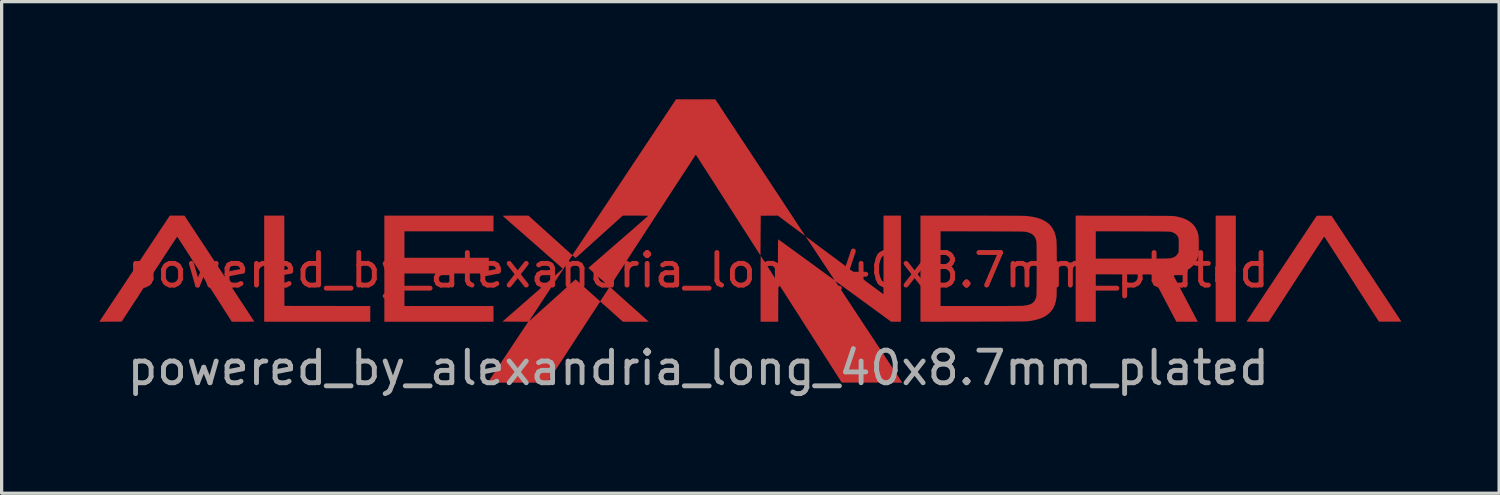
<source format=kicad_pcb>
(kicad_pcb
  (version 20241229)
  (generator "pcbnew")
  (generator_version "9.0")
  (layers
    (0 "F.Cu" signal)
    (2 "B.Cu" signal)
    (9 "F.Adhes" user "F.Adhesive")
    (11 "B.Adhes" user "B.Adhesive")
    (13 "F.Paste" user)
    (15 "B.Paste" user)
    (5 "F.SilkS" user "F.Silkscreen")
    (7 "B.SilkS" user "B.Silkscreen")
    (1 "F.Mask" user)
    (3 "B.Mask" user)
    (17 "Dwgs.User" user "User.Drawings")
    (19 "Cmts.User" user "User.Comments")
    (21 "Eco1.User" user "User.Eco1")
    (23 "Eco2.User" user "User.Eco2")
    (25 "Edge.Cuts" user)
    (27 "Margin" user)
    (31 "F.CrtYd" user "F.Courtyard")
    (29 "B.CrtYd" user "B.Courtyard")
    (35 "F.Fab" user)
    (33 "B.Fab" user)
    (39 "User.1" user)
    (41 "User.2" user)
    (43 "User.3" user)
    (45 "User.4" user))
  (footprint "powered_by_alexandria_long_40x8.7mm_plated"
    (layer "F.Cu")
    (at 18.4 5.752)
    (property "Reference" "powered_by_alexandria_long_40x8.7mm_plated" (at 0 -0.5 0) (unlocked yes) (layer "F.Cu") (effects (font (size 1 1) (thickness 0.15))))
    (fp_text user "${REFERENCE}" (at 0 2.5 0) (unlocked yes) (layer "F.Fab") (effects (font (size 1 1) (thickness 0.15))))
    (pad "1" smd custom (at -14.9 -0.3) (size 0.5 0.5) (layers "F.Cu" "F.Mask") (options (anchor circle)) (primitives (gr_poly (pts (xy 0.184 -0.26) (xy 0.284 -0.109) (xy 0.38 0.037) (xy 0.474 0.18) (xy 0.565 0.317) (xy 0.652 0.449) (xy 0.735 0.574) (xy 0.813 0.693) (xy 0.887 0.805) (xy 0.955 0.908) (xy 1.017 1.002) (xy 1.073 1.088) (xy 1.122 1.163) (xy 1.165 1.227) (xy 1.2 1.281) (xy 1.227 1.322) (xy 1.246 1.351) (xy 1.256 1.367) (xy 1.258 1.37) (xy 1.256 1.373) (xy 1.246 1.375) (xy 1.228 1.377) (xy 1.201 1.378) (xy 1.162 1.379) (xy 1.111 1.38) (xy 1.046 1.38) (xy 0.966 1.38) (xy 0.916 1.38) (xy 0.57 1.38) (xy -0.265 0.074) (xy -0.352 -0.061) (xy -0.436 -0.192) (xy -0.518 -0.319) (xy -0.596 -0.441) (xy -0.67 -0.556) (xy -0.74 -0.665) (xy -0.805 -0.767) (xy -0.866 -0.86) (xy -0.92 -0.945) (xy -0.969 -1.02) (xy -1.011 -1.084) (xy -1.046 -1.138) (xy -1.074 -1.18) (xy -1.093 -1.21) (xy -1.105 -1.227) (xy -1.108 -1.231) (xy -1.113 -1.223) (xy -1.127 -1.203) (xy -1.149 -1.17) (xy -1.18 -1.124) (xy -1.217 -1.067) (xy -1.262 -1) (xy -1.313 -0.922) (xy -1.37 -0.835) (xy -1.432 -0.74) (xy -1.5 -0.637) (xy -1.572 -0.526) (xy -1.648 -0.409) (xy -1.728 -0.287) (xy -1.812 -0.159) (xy -1.898 -0.027) (xy -1.963 0.073) (xy -2.811 1.377) (xy -3.155 1.379) (xy -3.5 1.381) (xy -3.484 1.357) (xy -3.478 1.347) (xy -3.463 1.325) (xy -3.44 1.289) (xy -3.408 1.241) (xy -3.369 1.182) (xy -3.322 1.112) (xy -3.269 1.031) (xy -3.209 0.941) (xy -3.143 0.842) (xy -3.072 0.735) (xy -2.995 0.62) (xy -2.914 0.497) (xy -2.828 0.369) (xy -2.739 0.234) (xy -2.646 0.095) (xy -2.55 -0.05) (xy -2.452 -0.198) (xy -2.402 -0.273) (xy -1.335 -1.879) (xy -1.11 -1.879) (xy -0.885 -1.879)) (width 0) (fill yes))))
    (pad "1" smd custom (at -13 0.3) (size 0.5 0.5) (layers "F.Cu" "F.Mask") (options (anchor circle)) (primitives (gr_poly (pts (xy 0.285 -1.093) (xy 0.287 0.294) (xy 1.606 0.296) (xy 2.924 0.298) (xy 2.924 0.781) (xy -0.335 0.781) (xy -0.335 -2.479) (xy 0.283 -2.479)) (width 0) (fill yes))))
    (pad "1" smd custom (at -9.3 -0.6) (size 0.5 0.5) (layers "F.Cu" "F.Mask") (options (anchor circle)) (primitives (gr_poly (pts (xy 3.009 -1.096) (xy 0.274 -1.096) (xy 0.274 -0.284) (xy 2.865 -0.284) (xy 2.865 0.199) (xy 0.274 0.199) (xy 0.274 1.198) (xy 3.009 1.198) (xy 3.009 1.681) (xy -0.344 1.681) (xy -0.344 -1.579) (xy 3.009 -1.579)) (width 0) (fill yes))))
    (pad "1" smd custom (at 1.2 -3.7) (size 0.5 0.5) (layers "F.Cu" "F.Mask") (options (anchor circle)) (primitives (gr_poly (pts (xy -1.282 -2.051) (xy -0.679 -2.051) (xy 0.704 0.045) (xy 0.816 0.216) (xy 0.927 0.383) (xy 1.035 0.547) (xy 1.139 0.705) (xy 1.24 0.858) (xy 1.337 1.006) (xy 1.43 1.147) (xy 1.518 1.28) (xy 1.601 1.407) (xy 1.679 1.525) (xy 1.751 1.635) (xy 1.817 1.735) (xy 1.877 1.826) (xy 1.93 1.907) (xy 1.975 1.976) (xy 2.013 2.035) (xy 2.044 2.081) (xy 2.066 2.115) (xy 2.079 2.136) (xy 2.084 2.143) (xy 2.084 2.143) (xy 2.076 2.139) (xy 2.057 2.125) (xy 2.026 2.103) (xy 1.985 2.073) (xy 1.936 2.037) (xy 1.878 1.995) (xy 1.814 1.947) (xy 1.745 1.896) (xy 1.671 1.841) (xy 1.662 1.834) (xy 1.243 1.521) (xy 0.98 1.523) (xy 0.718 1.525) (xy 0.713 2.136) (xy 0.709 2.746) (xy -0.282 1.198) (xy -0.376 1.051) (xy -0.468 0.907) (xy -0.557 0.768) (xy -0.643 0.634) (xy -0.725 0.505) (xy -0.804 0.383) (xy -0.877 0.268) (xy -0.946 0.161) (xy -1.01 0.062) (xy -1.068 -0.028) (xy -1.119 -0.108) (xy -1.164 -0.178) (xy -1.202 -0.237) (xy -1.233 -0.284) (xy -1.256 -0.319) (xy -1.27 -0.341) (xy -1.276 -0.35) (xy -1.276 -0.35) (xy -1.281 -0.343) (xy -1.295 -0.322) (xy -1.317 -0.289) (xy -1.347 -0.244) (xy -1.384 -0.187) (xy -1.428 -0.119) (xy -1.479 -0.041) (xy -1.536 0.046) (xy -1.599 0.142) (xy -1.667 0.246) (xy -1.739 0.357) (xy -1.816 0.475) (xy -1.897 0.598) (xy -1.981 0.728) (xy -2.068 0.861) (xy -2.158 0.999) (xy -2.25 1.14) (xy -2.343 1.283) (xy -2.438 1.428) (xy -2.533 1.575) (xy -2.629 1.722) (xy -2.724 1.868) (xy -2.819 2.014) (xy -2.913 2.158) (xy -3.005 2.3) (xy -3.096 2.439) (xy -3.184 2.574) (xy -3.269 2.705) (xy -3.351 2.831) (xy -3.429 2.952) (xy -3.503 3.066) (xy -3.572 3.172) (xy -3.637 3.272) (xy -3.696 3.362) (xy -3.748 3.444) (xy -3.795 3.515) (xy -3.834 3.577) (xy -3.867 3.627) (xy -3.891 3.665) (xy -3.908 3.69) (xy -3.915 3.703) (xy -3.916 3.704) (xy -3.91 3.71) (xy -3.893 3.728) (xy -3.864 3.754) (xy -3.826 3.79) (xy -3.778 3.833) (xy -3.722 3.884) (xy -3.659 3.941) (xy -3.589 4.004) (xy -3.514 4.072) (xy -3.434 4.143) (xy -3.35 4.218) (xy -3.345 4.223) (xy -3.26 4.298) (xy -3.179 4.371) (xy -3.101 4.44) (xy -3.029 4.504) (xy -2.963 4.563) (xy -2.904 4.616) (xy -2.852 4.662) (xy -2.81 4.699) (xy -2.777 4.728) (xy -2.756 4.748) (xy -2.745 4.757) (xy -2.745 4.757) (xy -2.72 4.78) (xy -3.517 4.781) (xy -3.862 4.472) (xy -3.927 4.414) (xy -3.988 4.359) (xy -4.044 4.31) (xy -4.094 4.265) (xy -4.137 4.228) (xy -4.172 4.198) (xy -4.196 4.176) (xy -4.21 4.165) (xy -4.213 4.163) (xy -4.218 4.17) (xy -4.232 4.19) (xy -4.254 4.224) (xy -4.284 4.269) (xy -4.321 4.326) (xy -4.366 4.393) (xy -4.416 4.47) (xy -4.473 4.556) (xy -4.535 4.651) (xy -4.602 4.754) (xy -4.673 4.863) (xy -4.748 4.979) (xy -4.828 5.1) (xy -4.91 5.227) (xy -4.994 5.357) (xy -5.027 5.407) (xy -5.836 6.651) (xy -6.752 6.652) (xy -7.668 6.652) (xy -7.378 6.214) (xy -7.319 6.125) (xy -7.252 6.024) (xy -7.18 5.916) (xy -7.105 5.802) (xy -7.027 5.686) (xy -6.95 5.57) (xy -6.876 5.458) (xy -6.805 5.352) (xy -6.756 5.278) (xy -6.424 4.781) (xy -6.82 4.779) (xy -7.216 4.777) (xy -7.19 4.754) (xy -6.394 4.754) (xy -6.392 4.757) (xy -6.382 4.749) (xy -6.368 4.737) (xy -6.357 4.728) (xy -6.335 4.707) (xy -6.302 4.677) (xy -6.259 4.638) (xy -6.206 4.591) (xy -6.145 4.536) (xy -6.077 4.475) (xy -6.003 4.408) (xy -5.922 4.335) (xy -5.837 4.259) (xy -5.748 4.179) (xy -5.656 4.095) (xy -5.652 4.092) (xy -4.97 3.478) (xy -4.592 3.816) (xy -4.214 4.154) (xy -4.169 4.084) (xy -4.15 4.055) (xy -4.124 4.015) (xy -4.093 3.968) (xy -4.061 3.918) (xy -4.028 3.868) (xy -4.025 3.864) (xy -3.996 3.819) (xy -3.97 3.779) (xy -3.949 3.747) (xy -3.934 3.723) (xy -3.927 3.711) (xy -3.926 3.71) (xy -3.933 3.704) (xy -3.95 3.688) (xy -3.978 3.663) (xy -4.015 3.629) (xy -4.06 3.589) (xy -4.112 3.543) (xy -4.169 3.492) (xy -4.231 3.437) (xy -4.252 3.418) (xy -4.578 3.128) (xy -4.397 2.97) (xy -4.366 2.943) (xy -4.323 2.906) (xy -4.27 2.86) (xy -4.207 2.805) (xy -4.136 2.744) (xy -4.057 2.675) (xy -3.972 2.601) (xy -3.882 2.523) (xy -3.788 2.441) (xy -3.69 2.357) (xy -3.591 2.271) (xy -3.491 2.184) (xy -3.479 2.173) (xy -3.383 2.09) (xy -3.29 2.009) (xy -3.203 1.933) (xy -3.12 1.861) (xy -3.043 1.794) (xy -2.974 1.733) (xy -2.911 1.678) (xy -2.858 1.631) (xy -2.813 1.592) (xy -2.779 1.561) (xy -2.755 1.54) (xy -2.743 1.529) (xy -2.742 1.527) (xy -2.75 1.526) (xy -2.773 1.525) (xy -2.81 1.524) (xy -2.859 1.523) (xy -2.918 1.522) (xy -2.986 1.522) (xy -3.06 1.521) (xy -3.13 1.521) (xy -3.519 1.521) (xy -4.24 2.171) (xy -4.334 2.256) (xy -4.425 2.337) (xy -4.511 2.415) (xy -4.592 2.488) (xy -4.668 2.556) (xy -4.737 2.618) (xy -4.798 2.673) (xy -4.851 2.721) (xy -4.895 2.76) (xy -4.93 2.79) (xy -4.953 2.811) (xy -4.965 2.822) (xy -4.967 2.823) (xy -4.975 2.819) (xy -4.993 2.806) (xy -5.016 2.787) (xy -5.02 2.783) (xy -5.067 2.741) (xy -5.727 3.741) (xy -5.804 3.859) (xy -5.88 3.973) (xy -5.952 4.082) (xy -6.021 4.187) (xy -6.085 4.285) (xy -6.145 4.376) (xy -6.2 4.459) (xy -6.249 4.533) (xy -6.292 4.598) (xy -6.328 4.653) (xy -6.356 4.697) (xy -6.377 4.729) (xy -6.39 4.748) (xy -6.394 4.754) (xy -7.19 4.754) (xy -6.291 3.968) (xy -6.184 3.874) (xy -6.08 3.783) (xy -5.98 3.695) (xy -5.885 3.612) (xy -5.796 3.534) (xy -5.714 3.461) (xy -5.638 3.394) (xy -5.57 3.334) (xy -5.511 3.281) (xy -5.461 3.237) (xy -5.421 3.201) (xy -5.391 3.174) (xy -5.373 3.157) (xy -5.367 3.151) (xy -5.373 3.144) (xy -5.391 3.127) (xy -5.421 3.101) (xy -5.461 3.065) (xy -5.511 3.02) (xy -5.571 2.967) (xy -5.639 2.907) (xy -5.714 2.841) (xy -5.797 2.768) (xy -5.886 2.69) (xy -5.98 2.607) (xy -6.08 2.519) (xy -6.183 2.429) (xy -6.277 2.347) (xy -6.384 2.253) (xy -6.487 2.162) (xy -6.587 2.075) (xy -6.681 1.993) (xy -6.77 1.915) (xy -6.853 1.842) (xy -6.929 1.776) (xy -6.997 1.716) (xy -7.056 1.664) (xy -7.106 1.62) (xy -7.147 1.584) (xy -7.176 1.558) (xy -7.195 1.541) (xy -7.201 1.536) (xy -7.203 1.532) (xy -7.203 1.53) (xy -7.198 1.527) (xy -7.188 1.525) (xy -7.171 1.524) (xy -7.145 1.523) (xy -7.11 1.522) (xy -7.064 1.522) (xy -7.005 1.521) (xy -6.932 1.521) (xy -6.845 1.521) (xy -6.816 1.521) (xy -6.417 1.521) (xy -5.746 2.126) (xy -5.655 2.208) (xy -5.568 2.287) (xy -5.485 2.361) (xy -5.407 2.431) (xy -5.335 2.496) (xy -5.27 2.554) (xy -5.213 2.605) (xy -5.164 2.649) (xy -5.124 2.684) (xy -5.094 2.71) (xy -5.076 2.726) (xy -5.069 2.732) (xy -5.069 2.732) (xy -5.064 2.725) (xy -5.05 2.704) (xy -5.027 2.671) (xy -4.996 2.624) (xy -4.957 2.566) (xy -4.91 2.496) (xy -4.856 2.416) (xy -4.795 2.324) (xy -4.727 2.223) (xy -4.653 2.112) (xy -4.573 1.992) (xy -4.488 1.864) (xy -4.397 1.728) (xy -4.301 1.584) (xy -4.201 1.433) (xy -4.096 1.276) (xy -3.988 1.113) (xy -3.876 0.945) (xy -3.761 0.772) (xy -3.643 0.594) (xy -3.522 0.413) (xy -3.474 0.34) (xy -1.884 -2.052)) (width 0) (fill yes))))
    (pad "1" smd custom (at 3.8 0.6) (size 0.5 0.5) (layers "F.Cu" "F.Mask") (options (anchor circle)) (primitives (gr_poly (pts (xy 2.423 0.481) (xy 2.273 0.48) (xy 2.122 0.48) (xy 1.267 -0.145) (xy 1.16 -0.223) (xy 1.057 -0.299) (xy 0.959 -0.37) (xy 0.866 -0.438) (xy 0.779 -0.501) (xy 0.699 -0.559) (xy 0.627 -0.611) (xy 0.564 -0.657) (xy 0.511 -0.696) (xy 0.468 -0.727) (xy 0.436 -0.75) (xy 0.416 -0.763) (xy 0.41 -0.768) (xy 0.414 -0.761) (xy 0.427 -0.74) (xy 0.449 -0.707) (xy 0.479 -0.661) (xy 0.516 -0.604) (xy 0.561 -0.536) (xy 0.612 -0.458) (xy 0.669 -0.371) (xy 0.733 -0.274) (xy 0.802 -0.169) (xy 0.876 -0.057) (xy 0.954 0.062) (xy 1.037 0.187) (xy 1.123 0.318) (xy 1.213 0.454) (xy 1.305 0.594) (xy 1.374 0.698) (xy 1.469 0.842) (xy 1.562 0.983) (xy 1.653 1.121) (xy 1.741 1.254) (xy 1.826 1.382) (xy 1.906 1.504) (xy 1.983 1.62) (xy 2.054 1.728) (xy 2.121 1.829) (xy 2.181 1.92) (xy 2.236 2.003) (xy 2.283 2.075) (xy 2.324 2.136) (xy 2.357 2.186) (xy 2.381 2.224) (xy 2.397 2.248) (xy 2.403 2.257) (xy 2.465 2.352) (xy 1.536 2.351) (xy 0.607 2.351) (xy -0.367 0.829) (xy -1.341 -0.694) (xy -1.343 -0.107) (xy -1.345 0.481) (xy -1.887 0.481) (xy -1.887 -0.531) (xy -1.887 -0.66) (xy -1.887 -0.785) (xy -1.887 -0.904) (xy -1.886 -1.016) (xy -1.886 -1.12) (xy -1.886 -1.215) (xy -1.886 -1.3) (xy -1.885 -1.374) (xy -1.885 -1.436) (xy -1.885 -1.484) (xy -1.885 -1.519) (xy -1.884 -1.539) (xy -1.884 -1.543) (xy -1.879 -1.536) (xy -1.866 -1.516) (xy -1.845 -1.484) (xy -1.818 -1.442) (xy -1.784 -1.391) (xy -1.746 -1.331) (xy -1.704 -1.265) (xy -1.658 -1.194) (xy -1.619 -1.133) (xy -1.358 -0.724) (xy -1.355 -1.388) (xy -1.355 -1.513) (xy -1.354 -1.621) (xy -1.354 -1.714) (xy -1.353 -1.794) (xy -1.353 -1.86) (xy -1.352 -1.915) (xy -1.351 -1.959) (xy -1.35 -1.992) (xy -1.348 -2.017) (xy -1.347 -2.034) (xy -1.345 -2.044) (xy -1.343 -2.048) (xy -1.342 -2.048) (xy -1.334 -2.043) (xy -1.313 -2.028) (xy -1.28 -2.004) (xy -1.236 -1.973) (xy -1.181 -1.933) (xy -1.117 -1.887) (xy -1.045 -1.834) (xy -0.964 -1.776) (xy -0.877 -1.712) (xy -0.783 -1.644) (xy -0.685 -1.572) (xy -0.581 -1.497) (xy -0.485 -1.427) (xy -0.378 -1.349) (xy -0.275 -1.274) (xy -0.177 -1.202) (xy -0.084 -1.134) (xy 0.003 -1.071) (xy 0.083 -1.013) (xy 0.154 -0.961) (xy 0.217 -0.915) (xy 0.271 -0.876) (xy 0.314 -0.845) (xy 0.346 -0.822) (xy 0.366 -0.807) (xy 0.372 -0.803) (xy 0.374 -0.802) (xy 0.376 -0.802) (xy 0.375 -0.804) (xy 0.373 -0.808) (xy 0.369 -0.817) (xy 0.361 -0.829) (xy 0.35 -0.847) (xy 0.335 -0.871) (xy 0.315 -0.901) (xy 0.29 -0.939) (xy 0.26 -0.985) (xy 0.224 -1.04) (xy 0.181 -1.105) (xy 0.131 -1.181) (xy 0.073 -1.268) (xy 0.007 -1.368) (xy -0.067 -1.48) (xy -0.097 -1.526) (xy -0.169 -1.634) (xy -0.231 -1.728) (xy -0.285 -1.81) (xy -0.332 -1.881) (xy -0.371 -1.941) (xy -0.404 -1.991) (xy -0.431 -2.031) (xy -0.453 -2.064) (xy -0.469 -2.09) (xy -0.481 -2.109) (xy -0.49 -2.122) (xy -0.495 -2.131) (xy -0.497 -2.135) (xy -0.498 -2.137) (xy -0.496 -2.137) (xy -0.494 -2.135) (xy -0.491 -2.133) (xy -0.489 -2.131) (xy -0.481 -2.125) (xy -0.46 -2.11) (xy -0.427 -2.086) (xy -0.383 -2.053) (xy -0.327 -2.011) (xy -0.262 -1.963) (xy -0.187 -1.907) (xy -0.104 -1.845) (xy -0.013 -1.777) (xy 0.086 -1.704) (xy 0.191 -1.625) (xy 0.302 -1.543) (xy 0.419 -1.456) (xy 0.54 -1.366) (xy 0.664 -1.273) (xy 0.701 -1.245) (xy 0.827 -1.151) (xy 0.949 -1.061) (xy 1.066 -0.973) (xy 1.179 -0.889) (xy 1.285 -0.81) (xy 1.385 -0.735) (xy 1.479 -0.666) (xy 1.564 -0.603) (xy 1.641 -0.546) (xy 1.708 -0.496) (xy 1.766 -0.453) (xy 1.813 -0.418) (xy 1.849 -0.392) (xy 1.873 -0.374) (xy 1.884 -0.366) (xy 1.885 -0.366) (xy 1.885 -0.374) (xy 1.886 -0.399) (xy 1.886 -0.438) (xy 1.887 -0.491) (xy 1.887 -0.558) (xy 1.888 -0.637) (xy 1.888 -0.727) (xy 1.888 -0.827) (xy 1.889 -0.936) (xy 1.889 -1.054) (xy 1.889 -1.18) (xy 1.889 -1.312) (xy 1.889 -1.449) (xy 1.889 -1.572) (xy 1.889 -2.779) (xy 2.423 -2.779)) (width 0) (fill yes))))
    (pad "1" smd custom (at 7.1 -0.9) (size 0.5 0.5) (layers "F.Cu" "F.Mask") (options (anchor circle)) (primitives (gr_poly (pts (xy 1.275 -1.279) (xy 1.495 -1.279) (xy 1.699 -1.279) (xy 1.889 -1.278) (xy 2.064 -1.278) (xy 2.224 -1.278) (xy 2.369 -1.277) (xy 2.498 -1.276) (xy 2.612 -1.276) (xy 2.709 -1.275) (xy 2.791 -1.274) (xy 2.856 -1.273) (xy 2.905 -1.272) (xy 2.938 -1.27) (xy 2.946 -1.27) (xy 3.074 -1.257) (xy 3.189 -1.239) (xy 3.293 -1.216) (xy 3.388 -1.186) (xy 3.478 -1.148) (xy 3.496 -1.14) (xy 3.588 -1.088) (xy 3.667 -1.027) (xy 3.734 -0.958) (xy 3.789 -0.877) (xy 3.835 -0.786) (xy 3.87 -0.682) (xy 3.895 -0.567) (xy 3.898 -0.552) (xy 3.9 -0.535) (xy 3.902 -0.517) (xy 3.904 -0.496) (xy 3.905 -0.471) (xy 3.906 -0.441) (xy 3.908 -0.405) (xy 3.908 -0.361) (xy 3.909 -0.309) (xy 3.91 -0.247) (xy 3.91 -0.175) (xy 3.91 -0.091) (xy 3.911 0.005) (xy 3.911 0.116) (xy 3.911 0.241) (xy 3.911 0.355) (xy 3.911 0.502) (xy 3.91 0.632) (xy 3.91 0.747) (xy 3.91 0.848) (xy 3.909 0.936) (xy 3.909 1.011) (xy 3.908 1.075) (xy 3.907 1.128) (xy 3.906 1.171) (xy 3.904 1.206) (xy 3.902 1.232) (xy 3.901 1.251) (xy 3.9 1.259) (xy 3.879 1.365) (xy 3.852 1.458) (xy 3.817 1.539) (xy 3.773 1.612) (xy 3.72 1.679) (xy 3.676 1.723) (xy 3.606 1.78) (xy 3.526 1.829) (xy 3.436 1.871) (xy 3.332 1.906) (xy 3.216 1.936) (xy 3.084 1.959) (xy 3.047 1.965) (xy 3.033 1.966) (xy 3.011 1.967) (xy 2.98 1.969) (xy 2.939 1.97) (xy 2.889 1.971) (xy 2.829 1.972) (xy 2.758 1.972) (xy 2.675 1.973) (xy 2.58 1.974) (xy 2.472 1.975) (xy 2.352 1.975) (xy 2.217 1.976) (xy 2.069 1.976) (xy 1.906 1.977) (xy 1.727 1.977) (xy 1.532 1.978) (xy 1.347 1.978) (xy -0.276 1.981) (xy -0.276 1.498) (xy 0.342 1.498) (xy 1.563 1.498) (xy 1.745 1.498) (xy 1.914 1.498) (xy 2.072 1.498) (xy 2.217 1.497) (xy 2.35 1.497) (xy 2.469 1.496) (xy 2.573 1.495) (xy 2.664 1.494) (xy 2.739 1.493) (xy 2.8 1.492) (xy 2.844 1.491) (xy 2.872 1.49) (xy 2.878 1.489) (xy 2.971 1.477) (xy 3.05 1.46) (xy 3.116 1.435) (xy 3.169 1.403) (xy 3.211 1.362) (xy 3.245 1.312) (xy 3.27 1.252) (xy 3.278 1.226) (xy 3.28 1.216) (xy 3.282 1.205) (xy 3.284 1.191) (xy 3.286 1.173) (xy 3.287 1.151) (xy 3.289 1.123) (xy 3.29 1.088) (xy 3.29 1.046) (xy 3.291 0.995) (xy 3.292 0.933) (xy 3.292 0.861) (xy 3.292 0.776) (xy 3.292 0.679) (xy 3.293 0.567) (xy 3.293 0.44) (xy 3.293 0.359) (xy 3.293 0.223) (xy 3.293 0.102) (xy 3.292 -0.004) (xy 3.292 -0.096) (xy 3.292 -0.175) (xy 3.291 -0.243) (xy 3.291 -0.3) (xy 3.29 -0.348) (xy 3.289 -0.387) (xy 3.288 -0.419) (xy 3.287 -0.445) (xy 3.285 -0.466) (xy 3.283 -0.482) (xy 3.281 -0.495) (xy 3.279 -0.506) (xy 3.278 -0.511) (xy 3.255 -0.581) (xy 3.224 -0.639) (xy 3.183 -0.685) (xy 3.131 -0.722) (xy 3.067 -0.751) (xy 2.989 -0.773) (xy 2.979 -0.776) (xy 2.968 -0.778) (xy 2.956 -0.78) (xy 2.943 -0.782) (xy 2.928 -0.783) (xy 2.909 -0.785) (xy 2.885 -0.786) (xy 2.857 -0.787) (xy 2.823 -0.788) (xy 2.782 -0.789) (xy 2.733 -0.79) (xy 2.676 -0.79) (xy 2.61 -0.791) (xy 2.534 -0.791) (xy 2.447 -0.792) (xy 2.348 -0.792) (xy 2.236 -0.793) (xy 2.111 -0.793) (xy 1.971 -0.793) (xy 1.817 -0.794) (xy 1.646 -0.794) (xy 1.627 -0.794) (xy 0.342 -0.797) (xy 0.342 1.498) (xy -0.276 1.498) (xy -0.276 -1.279)) (width 0) (fill yes))))
    (pad "1" smd custom (at 11.9 -0.6) (size 0.5 0.5) (layers "F.Cu" "F.Mask") (options (anchor circle)) (primitives (gr_poly (pts (xy 1.183 -1.576) (xy 1.371 -1.576) (xy 1.543 -1.576) (xy 1.699 -1.575) (xy 1.841 -1.575) (xy 1.969 -1.574) (xy 2.084 -1.574) (xy 2.187 -1.574) (xy 2.278 -1.573) (xy 2.358 -1.572) (xy 2.428 -1.572) (xy 2.489 -1.571) (xy 2.542 -1.57) (xy 2.586 -1.57) (xy 2.624 -1.569) (xy 2.656 -1.567) (xy 2.682 -1.566) (xy 2.704 -1.565) (xy 2.721 -1.564) (xy 2.736 -1.562) (xy 2.748 -1.56) (xy 2.755 -1.559) (xy 2.873 -1.534) (xy 2.977 -1.504) (xy 3.069 -1.467) (xy 3.082 -1.461) (xy 3.177 -1.408) (xy 3.258 -1.347) (xy 3.326 -1.277) (xy 3.381 -1.196) (xy 3.425 -1.104) (xy 3.447 -1.041) (xy 3.453 -1.019) (xy 3.459 -0.999) (xy 3.463 -0.979) (xy 3.466 -0.957) (xy 3.468 -0.93) (xy 3.47 -0.896) (xy 3.471 -0.853) (xy 3.472 -0.798) (xy 3.473 -0.729) (xy 3.473 -0.71) (xy 3.474 -0.633) (xy 3.474 -0.57) (xy 3.474 -0.52) (xy 3.473 -0.479) (xy 3.471 -0.446) (xy 3.468 -0.417) (xy 3.465 -0.392) (xy 3.463 -0.38) (xy 3.435 -0.274) (xy 3.393 -0.177) (xy 3.338 -0.09) (xy 3.27 -0.014) (xy 3.189 0.052) (xy 3.094 0.108) (xy 2.987 0.153) (xy 2.867 0.187) (xy 2.751 0.209) (xy 2.716 0.214) (xy 2.694 0.219) (xy 2.684 0.224) (xy 2.683 0.231) (xy 2.684 0.232) (xy 2.688 0.241) (xy 2.7 0.264) (xy 2.719 0.3) (xy 2.744 0.348) (xy 2.774 0.406) (xy 2.81 0.474) (xy 2.85 0.551) (xy 2.894 0.635) (xy 2.941 0.726) (xy 2.992 0.822) (xy 3.044 0.922) (xy 3.051 0.935) (xy 3.104 1.036) (xy 3.155 1.133) (xy 3.204 1.226) (xy 3.249 1.312) (xy 3.29 1.391) (xy 3.327 1.462) (xy 3.36 1.523) (xy 3.386 1.574) (xy 3.407 1.613) (xy 3.421 1.64) (xy 3.428 1.653) (xy 3.428 1.653) (xy 3.442 1.681) (xy 2.784 1.681) (xy 2.402 0.955) (xy 2.021 0.229) (xy 1.165 0.227) (xy 0.309 0.224) (xy 0.309 1.681) (xy -0.309 1.681) (xy -0.309 -0.258) (xy 0.309 -0.258) (xy 1.426 -0.258) (xy 1.59 -0.258) (xy 1.739 -0.258) (xy 1.872 -0.258) (xy 1.991 -0.259) (xy 2.096 -0.259) (xy 2.189 -0.259) (xy 2.27 -0.26) (xy 2.34 -0.26) (xy 2.399 -0.261) (xy 2.45 -0.262) (xy 2.491 -0.263) (xy 2.526 -0.264) (xy 2.553 -0.265) (xy 2.575 -0.267) (xy 2.591 -0.268) (xy 2.604 -0.27) (xy 2.606 -0.27) (xy 2.68 -0.29) (xy 2.741 -0.32) (xy 2.789 -0.359) (xy 2.826 -0.409) (xy 2.828 -0.412) (xy 2.853 -0.457) (xy 2.856 -0.659) (xy 2.856 -0.725) (xy 2.856 -0.776) (xy 2.856 -0.816) (xy 2.854 -0.846) (xy 2.852 -0.869) (xy 2.848 -0.888) (xy 2.844 -0.903) (xy 2.817 -0.957) (xy 2.776 -1.003) (xy 2.72 -1.041) (xy 2.65 -1.071) (xy 2.631 -1.077) (xy 2.623 -1.079) (xy 2.613 -1.081) (xy 2.601 -1.083) (xy 2.585 -1.084) (xy 2.565 -1.086) (xy 2.54 -1.087) (xy 2.509 -1.088) (xy 2.47 -1.089) (xy 2.424 -1.09) (xy 2.369 -1.091) (xy 2.305 -1.091) (xy 2.23 -1.092) (xy 2.143 -1.092) (xy 2.045 -1.093) (xy 1.933 -1.093) (xy 1.807 -1.093) (xy 1.667 -1.094) (xy 1.511 -1.094) (xy 1.445 -1.094) (xy 0.309 -1.097) (xy 0.309 -0.258) (xy -0.309 -0.258) (xy -0.309 -1.579)) (width 0) (fill yes))))
    (pad "1" smd custom (at 16.2 -0.5) (size 0.5 0.5) (layers "F.Cu" "F.Mask") (options (anchor circle)) (primitives (gr_poly (pts (xy 0.31 1.581) (xy -0.308 1.581) (xy -0.308 -1.679) (xy 0.31 -1.679)) (width 0) (fill yes))))
    (pad "1" smd custom (at 18.1 -0.3) (size 0.5 0.5) (layers "F.Cu" "F.Mask") (options (anchor circle)) (primitives (gr_poly (pts (xy 2.424 -0.249) (xy 3.498 1.377) (xy 3.157 1.379) (xy 3.083 1.379) (xy 3.014 1.379) (xy 2.951 1.379) (xy 2.898 1.379) (xy 2.855 1.379) (xy 2.825 1.378) (xy 2.81 1.378) (xy 2.808 1.378) (xy 2.803 1.37) (xy 2.789 1.349) (xy 2.767 1.315) (xy 2.737 1.27) (xy 2.699 1.212) (xy 2.655 1.144) (xy 2.605 1.066) (xy 2.549 0.979) (xy 2.487 0.882) (xy 2.42 0.779) (xy 2.349 0.667) (xy 2.273 0.55) (xy 2.194 0.427) (xy 2.112 0.298) (xy 2.027 0.165) (xy 1.966 0.07) (xy 1.879 -0.066) (xy 1.795 -0.197) (xy 1.714 -0.324) (xy 1.636 -0.445) (xy 1.562 -0.561) (xy 1.492 -0.67) (xy 1.427 -0.771) (xy 1.367 -0.865) (xy 1.312 -0.949) (xy 1.264 -1.024) (xy 1.222 -1.089) (xy 1.187 -1.143) (xy 1.16 -1.185) (xy 1.141 -1.215) (xy 1.129 -1.231) (xy 1.127 -1.235) (xy 1.122 -1.228) (xy 1.108 -1.208) (xy 1.086 -1.174) (xy 1.056 -1.129) (xy 1.018 -1.072) (xy 0.974 -1.005) (xy 0.923 -0.927) (xy 0.866 -0.841) (xy 0.804 -0.745) (xy 0.737 -0.642) (xy 0.665 -0.532) (xy 0.588 -0.415) (xy 0.508 -0.292) (xy 0.425 -0.164) (xy 0.339 -0.032) (xy 0.272 0.072) (xy -0.578 1.38) (xy -0.919 1.38) (xy -0.993 1.38) (xy -1.062 1.38) (xy -1.123 1.379) (xy -1.175 1.378) (xy -1.216 1.377) (xy -1.245 1.376) (xy -1.259 1.375) (xy -1.26 1.374) (xy -1.255 1.367) (xy -1.242 1.346) (xy -1.219 1.312) (xy -1.189 1.266) (xy -1.151 1.208) (xy -1.106 1.14) (xy -1.054 1.061) (xy -0.995 0.972) (xy -0.93 0.874) (xy -0.86 0.768) (xy -0.784 0.654) (xy -0.704 0.532) (xy -0.619 0.404) (xy -0.53 0.27) (xy -0.437 0.131) (xy -0.342 -0.013) (xy -0.243 -0.161) (xy -0.182 -0.253) (xy 0.896 -1.875) (xy 1.351 -1.875)) (width 0) (fill yes)))))
  (gr_rect
    (start -3 -3)
    (end 42.998 12.1)
    (stroke (width 0.1) (type default))
    (fill no)
    (layer "Edge.Cuts")))
</source>
